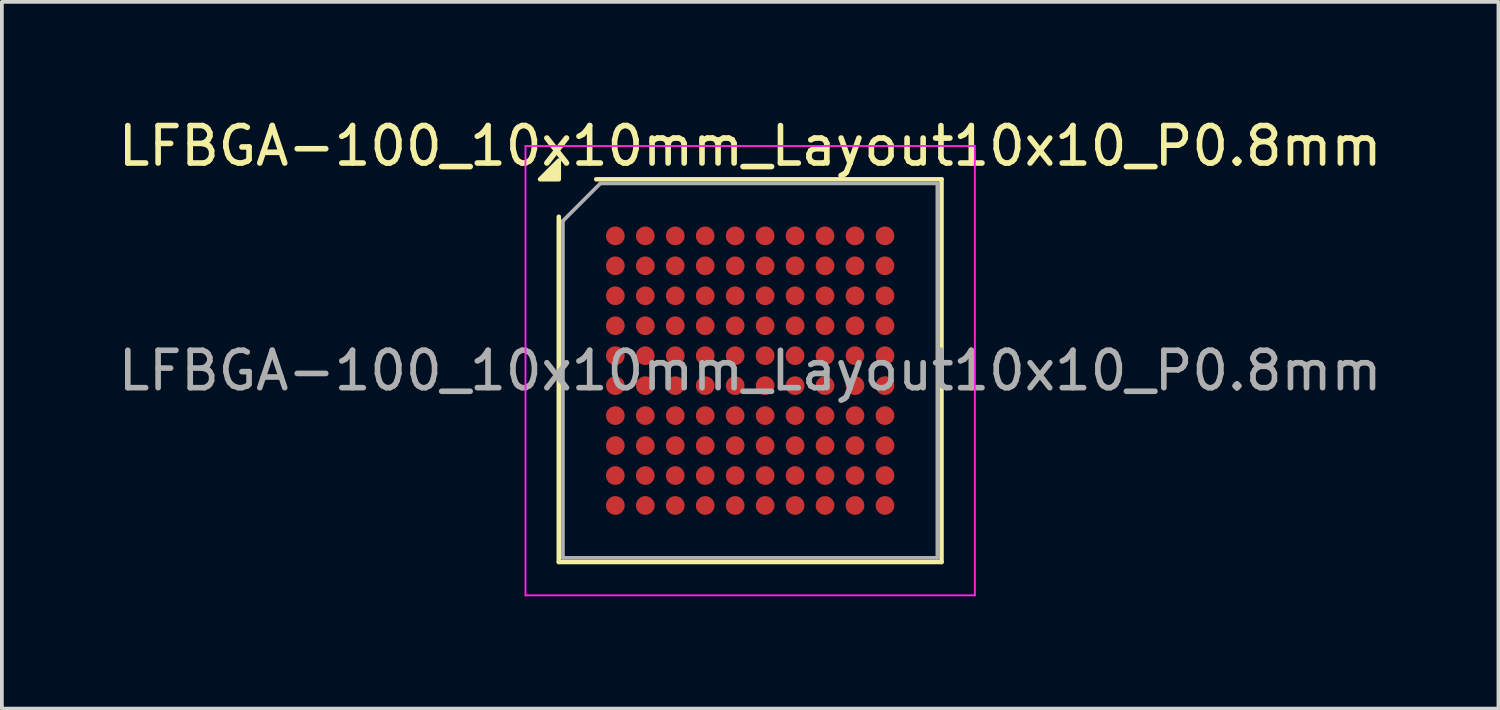
<source format=kicad_pcb>
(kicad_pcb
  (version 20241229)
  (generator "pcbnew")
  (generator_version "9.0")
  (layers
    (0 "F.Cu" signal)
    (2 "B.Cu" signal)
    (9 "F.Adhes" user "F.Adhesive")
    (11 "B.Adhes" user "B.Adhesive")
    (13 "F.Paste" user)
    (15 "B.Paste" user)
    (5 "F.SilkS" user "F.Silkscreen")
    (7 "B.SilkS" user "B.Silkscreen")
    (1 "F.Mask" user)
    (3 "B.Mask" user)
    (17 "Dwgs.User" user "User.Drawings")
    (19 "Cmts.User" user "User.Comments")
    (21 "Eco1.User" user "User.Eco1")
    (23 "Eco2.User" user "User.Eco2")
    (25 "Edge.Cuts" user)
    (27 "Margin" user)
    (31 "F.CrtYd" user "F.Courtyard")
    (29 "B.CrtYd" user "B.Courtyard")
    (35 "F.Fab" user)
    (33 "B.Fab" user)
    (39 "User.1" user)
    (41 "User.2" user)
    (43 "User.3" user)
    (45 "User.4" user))
  (footprint "LFBGA-100_10x10mm_Layout10x10_P0.8mm"
    (layer "F.Cu")
    (at 16.982 6.848)
    (property "Reference" "LFBGA-100_10x10mm_Layout10x10_P0.8mm" (at 0 -6 0) (layer "F.SilkS") (effects (font (size 1 1) (thickness 0.15))))
    (attr smd)
    (fp_line (start -5.11 5.11) (end -5.11 -4.11) (stroke (width 0.12) (type solid)) (layer "F.SilkS"))
    (fp_line (start -4.11 -5.11) (end 5.11 -5.11) (stroke (width 0.12) (type solid)) (layer "F.SilkS"))
    (fp_line (start 5.11 -5.11) (end 5.11 5.11) (stroke (width 0.12) (type solid)) (layer "F.SilkS"))
    (fp_line (start 5.11 5.11) (end -5.11 5.11) (stroke (width 0.12) (type solid)) (layer "F.SilkS"))
    (fp_poly (pts (xy -5.11 -5.11) (xy -5.61 -5.11) (xy -5.11 -5.61)) (stroke (width 0.12) (type solid)) (fill yes) (layer "F.SilkS"))
    (fp_line (start -6 -6) (end -6 6) (stroke (width 0.05) (type solid)) (layer "F.CrtYd"))
    (fp_line (start -6 6) (end 6 6) (stroke (width 0.05) (type solid)) (layer "F.CrtYd"))
    (fp_line (start 6 -6) (end -6 -6) (stroke (width 0.05) (type solid)) (layer "F.CrtYd"))
    (fp_line (start 6 6) (end 6 -6) (stroke (width 0.05) (type solid)) (layer "F.CrtYd"))
    (fp_line (start -5 -4) (end -4 -5) (stroke (width 0.1) (type solid)) (layer "F.Fab"))
    (fp_line (start -5 5) (end -5 -4) (stroke (width 0.1) (type solid)) (layer "F.Fab"))
    (fp_line (start -4 -5) (end 5 -5) (stroke (width 0.1) (type solid)) (layer "F.Fab"))
    (fp_line (start 5 -5) (end 5 5) (stroke (width 0.1) (type solid)) (layer "F.Fab"))
    (fp_line (start 5 5) (end -5 5) (stroke (width 0.1) (type solid)) (layer "F.Fab"))
    (fp_text user "${REFERENCE}" (at 0 0 0) (layer "F.Fab") (effects (font (size 1 1) (thickness 0.15))))
    (pad "A1" smd circle (at -3.6 -3.6) (size 0.5 0.5) (property pad_prop_bga) (layers "F.Cu" "F.Mask" "F.Paste"))
    (pad "A2" smd circle (at -2.8 -3.6) (size 0.5 0.5) (property pad_prop_bga) (layers "F.Cu" "F.Mask" "F.Paste"))
    (pad "A3" smd circle (at -2 -3.6) (size 0.5 0.5) (property pad_prop_bga) (layers "F.Cu" "F.Mask" "F.Paste"))
    (pad "A4" smd circle (at -1.2 -3.6) (size 0.5 0.5) (property pad_prop_bga) (layers "F.Cu" "F.Mask" "F.Paste"))
    (pad "A5" smd circle (at -0.4 -3.6) (size 0.5 0.5) (property pad_prop_bga) (layers "F.Cu" "F.Mask" "F.Paste"))
    (pad "A6" smd circle (at 0.4 -3.6) (size 0.5 0.5) (property pad_prop_bga) (layers "F.Cu" "F.Mask" "F.Paste"))
    (pad "A7" smd circle (at 1.2 -3.6) (size 0.5 0.5) (property pad_prop_bga) (layers "F.Cu" "F.Mask" "F.Paste"))
    (pad "A8" smd circle (at 2 -3.6) (size 0.5 0.5) (property pad_prop_bga) (layers "F.Cu" "F.Mask" "F.Paste"))
    (pad "A9" smd circle (at 2.8 -3.6) (size 0.5 0.5) (property pad_prop_bga) (layers "F.Cu" "F.Mask" "F.Paste"))
    (pad "A10" smd circle (at 3.6 -3.6) (size 0.5 0.5) (property pad_prop_bga) (layers "F.Cu" "F.Mask" "F.Paste"))
    (pad "B1" smd circle (at -3.6 -2.8) (size 0.5 0.5) (property pad_prop_bga) (layers "F.Cu" "F.Mask" "F.Paste"))
    (pad "B2" smd circle (at -2.8 -2.8) (size 0.5 0.5) (property pad_prop_bga) (layers "F.Cu" "F.Mask" "F.Paste"))
    (pad "B3" smd circle (at -2 -2.8) (size 0.5 0.5) (property pad_prop_bga) (layers "F.Cu" "F.Mask" "F.Paste"))
    (pad "B4" smd circle (at -1.2 -2.8) (size 0.5 0.5) (property pad_prop_bga) (layers "F.Cu" "F.Mask" "F.Paste"))
    (pad "B5" smd circle (at -0.4 -2.8) (size 0.5 0.5) (property pad_prop_bga) (layers "F.Cu" "F.Mask" "F.Paste"))
    (pad "B6" smd circle (at 0.4 -2.8) (size 0.5 0.5) (property pad_prop_bga) (layers "F.Cu" "F.Mask" "F.Paste"))
    (pad "B7" smd circle (at 1.2 -2.8) (size 0.5 0.5) (property pad_prop_bga) (layers "F.Cu" "F.Mask" "F.Paste"))
    (pad "B8" smd circle (at 2 -2.8) (size 0.5 0.5) (property pad_prop_bga) (layers "F.Cu" "F.Mask" "F.Paste"))
    (pad "B9" smd circle (at 2.8 -2.8) (size 0.5 0.5) (property pad_prop_bga) (layers "F.Cu" "F.Mask" "F.Paste"))
    (pad "B10" smd circle (at 3.6 -2.8) (size 0.5 0.5) (property pad_prop_bga) (layers "F.Cu" "F.Mask" "F.Paste"))
    (pad "C1" smd circle (at -3.6 -2) (size 0.5 0.5) (property pad_prop_bga) (layers "F.Cu" "F.Mask" "F.Paste"))
    (pad "C2" smd circle (at -2.8 -2) (size 0.5 0.5) (property pad_prop_bga) (layers "F.Cu" "F.Mask" "F.Paste"))
    (pad "C3" smd circle (at -2 -2) (size 0.5 0.5) (property pad_prop_bga) (layers "F.Cu" "F.Mask" "F.Paste"))
    (pad "C4" smd circle (at -1.2 -2) (size 0.5 0.5) (property pad_prop_bga) (layers "F.Cu" "F.Mask" "F.Paste"))
    (pad "C5" smd circle (at -0.4 -2) (size 0.5 0.5) (property pad_prop_bga) (layers "F.Cu" "F.Mask" "F.Paste"))
    (pad "C6" smd circle (at 0.4 -2) (size 0.5 0.5) (property pad_prop_bga) (layers "F.Cu" "F.Mask" "F.Paste"))
    (pad "C7" smd circle (at 1.2 -2) (size 0.5 0.5) (property pad_prop_bga) (layers "F.Cu" "F.Mask" "F.Paste"))
    (pad "C8" smd circle (at 2 -2) (size 0.5 0.5) (property pad_prop_bga) (layers "F.Cu" "F.Mask" "F.Paste"))
    (pad "C9" smd circle (at 2.8 -2) (size 0.5 0.5) (property pad_prop_bga) (layers "F.Cu" "F.Mask" "F.Paste"))
    (pad "C10" smd circle (at 3.6 -2) (size 0.5 0.5) (property pad_prop_bga) (layers "F.Cu" "F.Mask" "F.Paste"))
    (pad "D1" smd circle (at -3.6 -1.2) (size 0.5 0.5) (property pad_prop_bga) (layers "F.Cu" "F.Mask" "F.Paste"))
    (pad "D2" smd circle (at -2.8 -1.2) (size 0.5 0.5) (property pad_prop_bga) (layers "F.Cu" "F.Mask" "F.Paste"))
    (pad "D3" smd circle (at -2 -1.2) (size 0.5 0.5) (property pad_prop_bga) (layers "F.Cu" "F.Mask" "F.Paste"))
    (pad "D4" smd circle (at -1.2 -1.2) (size 0.5 0.5) (property pad_prop_bga) (layers "F.Cu" "F.Mask" "F.Paste"))
    (pad "D5" smd circle (at -0.4 -1.2) (size 0.5 0.5) (property pad_prop_bga) (layers "F.Cu" "F.Mask" "F.Paste"))
    (pad "D6" smd circle (at 0.4 -1.2) (size 0.5 0.5) (property pad_prop_bga) (layers "F.Cu" "F.Mask" "F.Paste"))
    (pad "D7" smd circle (at 1.2 -1.2) (size 0.5 0.5) (property pad_prop_bga) (layers "F.Cu" "F.Mask" "F.Paste"))
    (pad "D8" smd circle (at 2 -1.2) (size 0.5 0.5) (property pad_prop_bga) (layers "F.Cu" "F.Mask" "F.Paste"))
    (pad "D9" smd circle (at 2.8 -1.2) (size 0.5 0.5) (property pad_prop_bga) (layers "F.Cu" "F.Mask" "F.Paste"))
    (pad "D10" smd circle (at 3.6 -1.2) (size 0.5 0.5) (property pad_prop_bga) (layers "F.Cu" "F.Mask" "F.Paste"))
    (pad "E1" smd circle (at -3.6 -0.4) (size 0.5 0.5) (property pad_prop_bga) (layers "F.Cu" "F.Mask" "F.Paste"))
    (pad "E2" smd circle (at -2.8 -0.4) (size 0.5 0.5) (property pad_prop_bga) (layers "F.Cu" "F.Mask" "F.Paste"))
    (pad "E3" smd circle (at -2 -0.4) (size 0.5 0.5) (property pad_prop_bga) (layers "F.Cu" "F.Mask" "F.Paste"))
    (pad "E4" smd circle (at -1.2 -0.4) (size 0.5 0.5) (property pad_prop_bga) (layers "F.Cu" "F.Mask" "F.Paste"))
    (pad "E5" smd circle (at -0.4 -0.4) (size 0.5 0.5) (property pad_prop_bga) (layers "F.Cu" "F.Mask" "F.Paste"))
    (pad "E6" smd circle (at 0.4 -0.4) (size 0.5 0.5) (property pad_prop_bga) (layers "F.Cu" "F.Mask" "F.Paste"))
    (pad "E7" smd circle (at 1.2 -0.4) (size 0.5 0.5) (property pad_prop_bga) (layers "F.Cu" "F.Mask" "F.Paste"))
    (pad "E8" smd circle (at 2 -0.4) (size 0.5 0.5) (property pad_prop_bga) (layers "F.Cu" "F.Mask" "F.Paste"))
    (pad "E9" smd circle (at 2.8 -0.4) (size 0.5 0.5) (property pad_prop_bga) (layers "F.Cu" "F.Mask" "F.Paste"))
    (pad "E10" smd circle (at 3.6 -0.4) (size 0.5 0.5) (property pad_prop_bga) (layers "F.Cu" "F.Mask" "F.Paste"))
    (pad "F1" smd circle (at -3.6 0.4) (size 0.5 0.5) (property pad_prop_bga) (layers "F.Cu" "F.Mask" "F.Paste"))
    (pad "F2" smd circle (at -2.8 0.4) (size 0.5 0.5) (property pad_prop_bga) (layers "F.Cu" "F.Mask" "F.Paste"))
    (pad "F3" smd circle (at -2 0.4) (size 0.5 0.5) (property pad_prop_bga) (layers "F.Cu" "F.Mask" "F.Paste"))
    (pad "F4" smd circle (at -1.2 0.4) (size 0.5 0.5) (property pad_prop_bga) (layers "F.Cu" "F.Mask" "F.Paste"))
    (pad "F5" smd circle (at -0.4 0.4) (size 0.5 0.5) (property pad_prop_bga) (layers "F.Cu" "F.Mask" "F.Paste"))
    (pad "F6" smd circle (at 0.4 0.4) (size 0.5 0.5) (property pad_prop_bga) (layers "F.Cu" "F.Mask" "F.Paste"))
    (pad "F7" smd circle (at 1.2 0.4) (size 0.5 0.5) (property pad_prop_bga) (layers "F.Cu" "F.Mask" "F.Paste"))
    (pad "F8" smd circle (at 2 0.4) (size 0.5 0.5) (property pad_prop_bga) (layers "F.Cu" "F.Mask" "F.Paste"))
    (pad "F9" smd circle (at 2.8 0.4) (size 0.5 0.5) (property pad_prop_bga) (layers "F.Cu" "F.Mask" "F.Paste"))
    (pad "F10" smd circle (at 3.6 0.4) (size 0.5 0.5) (property pad_prop_bga) (layers "F.Cu" "F.Mask" "F.Paste"))
    (pad "G1" smd circle (at -3.6 1.2) (size 0.5 0.5) (property pad_prop_bga) (layers "F.Cu" "F.Mask" "F.Paste"))
    (pad "G2" smd circle (at -2.8 1.2) (size 0.5 0.5) (property pad_prop_bga) (layers "F.Cu" "F.Mask" "F.Paste"))
    (pad "G3" smd circle (at -2 1.2) (size 0.5 0.5) (property pad_prop_bga) (layers "F.Cu" "F.Mask" "F.Paste"))
    (pad "G4" smd circle (at -1.2 1.2) (size 0.5 0.5) (property pad_prop_bga) (layers "F.Cu" "F.Mask" "F.Paste"))
    (pad "G5" smd circle (at -0.4 1.2) (size 0.5 0.5) (property pad_prop_bga) (layers "F.Cu" "F.Mask" "F.Paste"))
    (pad "G6" smd circle (at 0.4 1.2) (size 0.5 0.5) (property pad_prop_bga) (layers "F.Cu" "F.Mask" "F.Paste"))
    (pad "G7" smd circle (at 1.2 1.2) (size 0.5 0.5) (property pad_prop_bga) (layers "F.Cu" "F.Mask" "F.Paste"))
    (pad "G8" smd circle (at 2 1.2) (size 0.5 0.5) (property pad_prop_bga) (layers "F.Cu" "F.Mask" "F.Paste"))
    (pad "G9" smd circle (at 2.8 1.2) (size 0.5 0.5) (property pad_prop_bga) (layers "F.Cu" "F.Mask" "F.Paste"))
    (pad "G10" smd circle (at 3.6 1.2) (size 0.5 0.5) (property pad_prop_bga) (layers "F.Cu" "F.Mask" "F.Paste"))
    (pad "H1" smd circle (at -3.6 2) (size 0.5 0.5) (property pad_prop_bga) (layers "F.Cu" "F.Mask" "F.Paste"))
    (pad "H2" smd circle (at -2.8 2) (size 0.5 0.5) (property pad_prop_bga) (layers "F.Cu" "F.Mask" "F.Paste"))
    (pad "H3" smd circle (at -2 2) (size 0.5 0.5) (property pad_prop_bga) (layers "F.Cu" "F.Mask" "F.Paste"))
    (pad "H4" smd circle (at -1.2 2) (size 0.5 0.5) (property pad_prop_bga) (layers "F.Cu" "F.Mask" "F.Paste"))
    (pad "H5" smd circle (at -0.4 2) (size 0.5 0.5) (property pad_prop_bga) (layers "F.Cu" "F.Mask" "F.Paste"))
    (pad "H6" smd circle (at 0.4 2) (size 0.5 0.5) (property pad_prop_bga) (layers "F.Cu" "F.Mask" "F.Paste"))
    (pad "H7" smd circle (at 1.2 2) (size 0.5 0.5) (property pad_prop_bga) (layers "F.Cu" "F.Mask" "F.Paste"))
    (pad "H8" smd circle (at 2 2) (size 0.5 0.5) (property pad_prop_bga) (layers "F.Cu" "F.Mask" "F.Paste"))
    (pad "H9" smd circle (at 2.8 2) (size 0.5 0.5) (property pad_prop_bga) (layers "F.Cu" "F.Mask" "F.Paste"))
    (pad "H10" smd circle (at 3.6 2) (size 0.5 0.5) (property pad_prop_bga) (layers "F.Cu" "F.Mask" "F.Paste"))
    (pad "J1" smd circle (at -3.6 2.8) (size 0.5 0.5) (property pad_prop_bga) (layers "F.Cu" "F.Mask" "F.Paste"))
    (pad "J2" smd circle (at -2.8 2.8) (size 0.5 0.5) (property pad_prop_bga) (layers "F.Cu" "F.Mask" "F.Paste"))
    (pad "J3" smd circle (at -2 2.8) (size 0.5 0.5) (property pad_prop_bga) (layers "F.Cu" "F.Mask" "F.Paste"))
    (pad "J4" smd circle (at -1.2 2.8) (size 0.5 0.5) (property pad_prop_bga) (layers "F.Cu" "F.Mask" "F.Paste"))
    (pad "J5" smd circle (at -0.4 2.8) (size 0.5 0.5) (property pad_prop_bga) (layers "F.Cu" "F.Mask" "F.Paste"))
    (pad "J6" smd circle (at 0.4 2.8) (size 0.5 0.5) (property pad_prop_bga) (layers "F.Cu" "F.Mask" "F.Paste"))
    (pad "J7" smd circle (at 1.2 2.8) (size 0.5 0.5) (property pad_prop_bga) (layers "F.Cu" "F.Mask" "F.Paste"))
    (pad "J8" smd circle (at 2 2.8) (size 0.5 0.5) (property pad_prop_bga) (layers "F.Cu" "F.Mask" "F.Paste"))
    (pad "J9" smd circle (at 2.8 2.8) (size 0.5 0.5) (property pad_prop_bga) (layers "F.Cu" "F.Mask" "F.Paste"))
    (pad "J10" smd circle (at 3.6 2.8) (size 0.5 0.5) (property pad_prop_bga) (layers "F.Cu" "F.Mask" "F.Paste"))
    (pad "K1" smd circle (at -3.6 3.6) (size 0.5 0.5) (property pad_prop_bga) (layers "F.Cu" "F.Mask" "F.Paste"))
    (pad "K2" smd circle (at -2.8 3.6) (size 0.5 0.5) (property pad_prop_bga) (layers "F.Cu" "F.Mask" "F.Paste"))
    (pad "K3" smd circle (at -2 3.6) (size 0.5 0.5) (property pad_prop_bga) (layers "F.Cu" "F.Mask" "F.Paste"))
    (pad "K4" smd circle (at -1.2 3.6) (size 0.5 0.5) (property pad_prop_bga) (layers "F.Cu" "F.Mask" "F.Paste"))
    (pad "K5" smd circle (at -0.4 3.6) (size 0.5 0.5) (property pad_prop_bga) (layers "F.Cu" "F.Mask" "F.Paste"))
    (pad "K6" smd circle (at 0.4 3.6) (size 0.5 0.5) (property pad_prop_bga) (layers "F.Cu" "F.Mask" "F.Paste"))
    (pad "K7" smd circle (at 1.2 3.6) (size 0.5 0.5) (property pad_prop_bga) (layers "F.Cu" "F.Mask" "F.Paste"))
    (pad "K8" smd circle (at 2 3.6) (size 0.5 0.5) (property pad_prop_bga) (layers "F.Cu" "F.Mask" "F.Paste"))
    (pad "K9" smd circle (at 2.8 3.6) (size 0.5 0.5) (property pad_prop_bga) (layers "F.Cu" "F.Mask" "F.Paste"))
    (pad "K10" smd circle (at 3.6 3.6) (size 0.5 0.5) (property pad_prop_bga) (layers "F.Cu" "F.Mask" "F.Paste")))
  (gr_rect
    (start -3 -3)
    (end 36.964 15.873)
    (stroke (width 0.1) (type default))
    (fill no)
    (layer "Edge.Cuts")))
</source>
